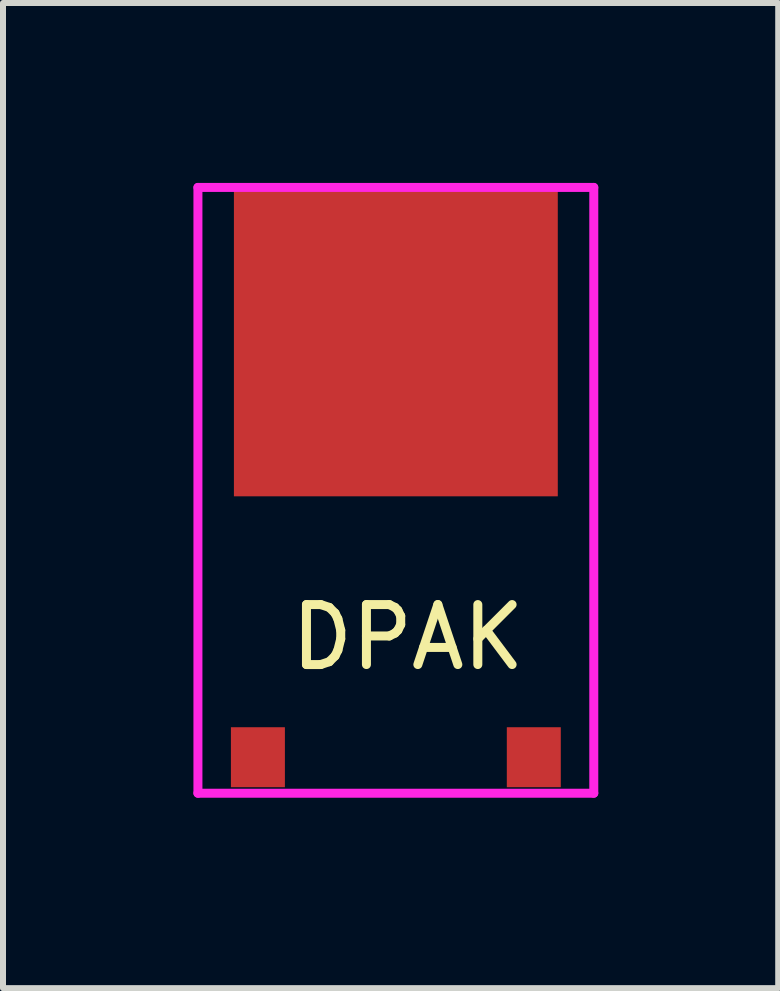
<source format=kicad_pcb>
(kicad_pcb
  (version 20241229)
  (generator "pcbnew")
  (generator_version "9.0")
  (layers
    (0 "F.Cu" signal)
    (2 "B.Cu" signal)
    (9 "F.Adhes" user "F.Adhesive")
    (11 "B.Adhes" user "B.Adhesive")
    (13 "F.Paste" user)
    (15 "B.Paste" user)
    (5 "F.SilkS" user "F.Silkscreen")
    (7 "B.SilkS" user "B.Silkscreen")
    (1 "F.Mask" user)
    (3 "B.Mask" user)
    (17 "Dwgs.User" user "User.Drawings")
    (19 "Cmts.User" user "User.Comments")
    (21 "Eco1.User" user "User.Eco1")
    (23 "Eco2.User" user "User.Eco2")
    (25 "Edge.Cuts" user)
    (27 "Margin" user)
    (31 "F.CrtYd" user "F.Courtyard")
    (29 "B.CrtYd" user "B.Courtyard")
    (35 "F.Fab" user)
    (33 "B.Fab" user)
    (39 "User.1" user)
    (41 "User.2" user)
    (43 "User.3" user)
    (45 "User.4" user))
  (footprint "DPAK"
    (layer "F.Cu")
    (at 0.25 10.175)
    (property "Reference" "DPAK" (at 3.5 -2.6 0) (layer "F.SilkS") (effects (font (size 1 1) (thickness 0.15))))
    (attr through_hole)
    (fp_line (start 0 -10.1) (end 6.6 -10.1) (stroke (width 0.15) (type solid)) (layer "F.CrtYd"))
    (fp_line (start 0 0) (end 0 -10.1) (stroke (width 0.15) (type solid)) (layer "F.CrtYd"))
    (fp_line (start 6.6 -10.1) (end 6.6 0) (stroke (width 0.15) (type solid)) (layer "F.CrtYd"))
    (fp_line (start 6.6 0) (end 0 0) (stroke (width 0.15) (type solid)) (layer "F.CrtYd"))
    (pad "1" smd rect (at 1 -0.6) (size 0.9 1) (layers "F.Cu" "F.Mask" "F.Paste"))
    (pad "2" smd rect (at 3.3 -7.5) (size 5.4 5.1) (layers "F.Cu" "F.Mask" "F.Paste"))
    (pad "3" smd rect (at 5.6 -0.6) (size 0.9 1) (layers "F.Cu" "F.Mask" "F.Paste")))
  (gr_rect
    (start -3 -3)
    (end 9.925 13.425)
    (stroke (width 0.1) (type default))
    (fill no)
    (layer "Edge.Cuts")))
</source>
